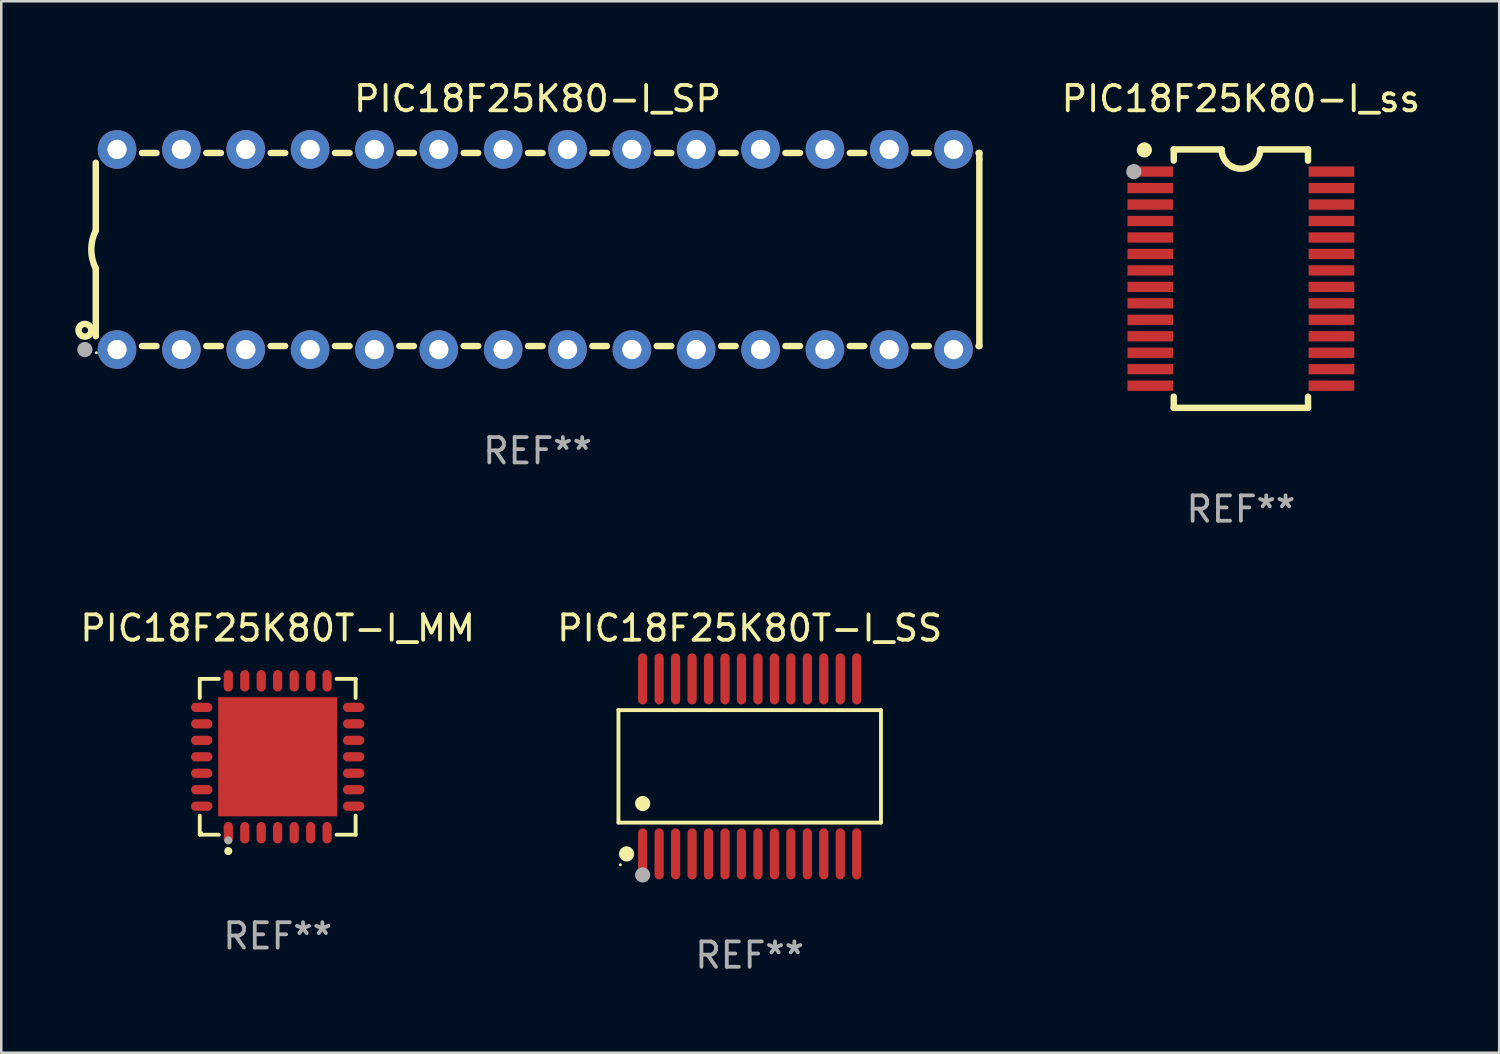
<source format=kicad_pcb>
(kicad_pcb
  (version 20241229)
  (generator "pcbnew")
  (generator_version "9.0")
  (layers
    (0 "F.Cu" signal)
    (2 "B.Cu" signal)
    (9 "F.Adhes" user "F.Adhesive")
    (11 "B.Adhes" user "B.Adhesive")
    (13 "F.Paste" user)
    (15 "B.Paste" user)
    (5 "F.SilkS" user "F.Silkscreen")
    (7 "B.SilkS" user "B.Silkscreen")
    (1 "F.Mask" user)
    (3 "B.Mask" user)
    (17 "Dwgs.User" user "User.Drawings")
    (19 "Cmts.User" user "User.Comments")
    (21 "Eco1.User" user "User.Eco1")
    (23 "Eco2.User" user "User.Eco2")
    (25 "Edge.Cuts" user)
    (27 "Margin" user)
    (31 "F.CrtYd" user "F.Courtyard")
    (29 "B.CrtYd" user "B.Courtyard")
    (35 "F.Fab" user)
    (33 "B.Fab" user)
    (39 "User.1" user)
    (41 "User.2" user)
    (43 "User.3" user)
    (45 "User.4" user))
  (footprint "PIC18F25K80T-I_SS"
    (layer "F.Cu")
    (at 26.542 27.2)
    (property "Reference" "PIC18F25K80T-I_SS" (at 0 -5.455 0) (layer "F.SilkS") (effects (font (size 1 1) (thickness 0.15))))
    (attr through_hole)
    (fp_line (start -5.181 -2.219) (end 5.181 -2.219) (stroke (width 0.152) (type solid)) (layer "F.SilkS"))
    (fp_line (start -5.181 2.219) (end -5.181 -2.219) (stroke (width 0.152) (type solid)) (layer "F.SilkS"))
    (fp_line (start 5.181 -2.219) (end 5.181 2.219) (stroke (width 0.152) (type solid)) (layer "F.SilkS"))
    (fp_line (start 5.181 2.219) (end -5.181 2.219) (stroke (width 0.152) (type solid)) (layer "F.SilkS"))
    (fp_circle (center -5.105 3.885) (end -5.075 3.885) (stroke (width 0.06) (type solid)) (fill no) (layer "F.SilkS"))
    (fp_circle (center -4.859 3.455) (end -4.709 3.455) (stroke (width 0.3) (type solid)) (fill no) (layer "F.SilkS"))
    (fp_circle (center -4.225 1.467) (end -4.075 1.467) (stroke (width 0.3) (type solid)) (fill no) (layer "F.SilkS"))
    (fp_circle (center -4.225 4.285) (end -4.075 4.285) (stroke (width 0.3) (type solid)) (fill no) (layer "F.Fab"))
    (fp_text user "REF**" (at 0 7.455 0) (layer "F.Fab") (effects (font (size 1 1) (thickness 0.15))))
    (pad "1" smd oval (at -4.225 3.455) (size 0.364 2.015) (layers "F.Cu" "F.Mask" "F.Paste"))
    (pad "2" smd oval (at -3.575 3.455) (size 0.364 2.015) (layers "F.Cu" "F.Mask" "F.Paste"))
    (pad "3" smd oval (at -2.925 3.455) (size 0.364 2.015) (layers "F.Cu" "F.Mask" "F.Paste"))
    (pad "4" smd oval (at -2.275 3.455) (size 0.364 2.015) (layers "F.Cu" "F.Mask" "F.Paste"))
    (pad "5" smd oval (at -1.625 3.455) (size 0.364 2.015) (layers "F.Cu" "F.Mask" "F.Paste"))
    (pad "6" smd oval (at -0.975 3.455) (size 0.364 2.015) (layers "F.Cu" "F.Mask" "F.Paste"))
    (pad "7" smd oval (at -0.325 3.455) (size 0.364 2.015) (layers "F.Cu" "F.Mask" "F.Paste"))
    (pad "8" smd oval (at 0.325 3.455) (size 0.364 2.015) (layers "F.Cu" "F.Mask" "F.Paste"))
    (pad "9" smd oval (at 0.975 3.455) (size 0.364 2.015) (layers "F.Cu" "F.Mask" "F.Paste"))
    (pad "10" smd oval (at 1.625 3.455) (size 0.364 2.015) (layers "F.Cu" "F.Mask" "F.Paste"))
    (pad "11" smd oval (at 2.275 3.455) (size 0.364 2.015) (layers "F.Cu" "F.Mask" "F.Paste"))
    (pad "12" smd oval (at 2.925 3.455) (size 0.364 2.015) (layers "F.Cu" "F.Mask" "F.Paste"))
    (pad "13" smd oval (at 3.575 3.455) (size 0.364 2.015) (layers "F.Cu" "F.Mask" "F.Paste"))
    (pad "14" smd oval (at 4.225 3.455) (size 0.364 2.015) (layers "F.Cu" "F.Mask" "F.Paste"))
    (pad "15" smd oval (at 4.225 -3.455) (size 0.364 2.015) (layers "F.Cu" "F.Mask" "F.Paste"))
    (pad "16" smd oval (at 3.575 -3.455) (size 0.364 2.015) (layers "F.Cu" "F.Mask" "F.Paste"))
    (pad "17" smd oval (at 2.925 -3.455) (size 0.364 2.015) (layers "F.Cu" "F.Mask" "F.Paste"))
    (pad "18" smd oval (at 2.275 -3.455) (size 0.364 2.015) (layers "F.Cu" "F.Mask" "F.Paste"))
    (pad "19" smd oval (at 1.625 -3.455) (size 0.364 2.015) (layers "F.Cu" "F.Mask" "F.Paste"))
    (pad "20" smd oval (at 0.975 -3.455) (size 0.364 2.015) (layers "F.Cu" "F.Mask" "F.Paste"))
    (pad "21" smd oval (at 0.325 -3.455) (size 0.364 2.015) (layers "F.Cu" "F.Mask" "F.Paste"))
    (pad "22" smd oval (at -0.325 -3.455) (size 0.364 2.015) (layers "F.Cu" "F.Mask" "F.Paste"))
    (pad "23" smd oval (at -0.975 -3.455) (size 0.364 2.015) (layers "F.Cu" "F.Mask" "F.Paste"))
    (pad "24" smd oval (at -1.625 -3.455) (size 0.364 2.015) (layers "F.Cu" "F.Mask" "F.Paste"))
    (pad "25" smd oval (at -2.275 -3.455) (size 0.364 2.015) (layers "F.Cu" "F.Mask" "F.Paste"))
    (pad "26" smd oval (at -2.925 -3.455) (size 0.364 2.015) (layers "F.Cu" "F.Mask" "F.Paste"))
    (pad "27" smd oval (at -3.575 -3.455) (size 0.364 2.015) (layers "F.Cu" "F.Mask" "F.Paste"))
    (pad "28" smd oval (at -4.225 -3.455) (size 0.364 2.015) (layers "F.Cu" "F.Mask" "F.Paste")))
  (footprint "PIC18F25K80T-I_MM"
    (layer "F.Cu")
    (at 7.911 26.821)
    (property "Reference" "PIC18F25K80T-I_MM" (at 0 -5.076 0) (layer "F.SilkS") (effects (font (size 1 1) (thickness 0.15))))
    (attr through_hole)
    (fp_line (start -3.076 -3.076) (end -2.323 -3.076) (stroke (width 0.152) (type solid)) (layer "F.SilkS"))
    (fp_line (start -3.076 -2.323) (end -3.076 -3.076) (stroke (width 0.152) (type solid)) (layer "F.SilkS"))
    (fp_line (start -3.076 2.323) (end -3.076 3.076) (stroke (width 0.152) (type solid)) (layer "F.SilkS"))
    (fp_line (start -3.076 3.076) (end -2.323 3.076) (stroke (width 0.152) (type solid)) (layer "F.SilkS"))
    (fp_line (start 3.076 -3.076) (end 2.323 -3.076) (stroke (width 0.152) (type solid)) (layer "F.SilkS"))
    (fp_line (start 3.076 -2.323) (end 3.076 -3.076) (stroke (width 0.152) (type solid)) (layer "F.SilkS"))
    (fp_line (start 3.076 2.323) (end 3.076 3.076) (stroke (width 0.152) (type solid)) (layer "F.SilkS"))
    (fp_line (start 3.076 3.076) (end 2.323 3.076) (stroke (width 0.152) (type solid)) (layer "F.SilkS"))
    (fp_circle (center -3 3) (end -2.97 3) (stroke (width 0.06) (type solid)) (fill no) (layer "F.SilkS"))
    (fp_circle (center -1.95 3.722) (end -1.87 3.722) (stroke (width 0.16) (type solid)) (fill no) (layer "F.SilkS"))
    (fp_circle (center -1.95 3.3) (end -1.87 3.3) (stroke (width 0.16) (type solid)) (fill no) (layer "F.Fab"))
    (fp_text user "REF**" (at 0 7.076 0) (layer "F.Fab") (effects (font (size 1 1) (thickness 0.15))))
    (pad "1" smd oval (at -1.95 2.998) (size 0.364 0.847) (layers "F.Cu" "F.Mask" "F.Paste"))
    (pad "2" smd oval (at -1.3 2.998) (size 0.364 0.847) (layers "F.Cu" "F.Mask" "F.Paste"))
    (pad "3" smd oval (at -0.65 2.998) (size 0.364 0.847) (layers "F.Cu" "F.Mask" "F.Paste"))
    (pad "4" smd oval (at 0 2.998) (size 0.364 0.847) (layers "F.Cu" "F.Mask" "F.Paste"))
    (pad "5" smd oval (at 0.65 2.998) (size 0.364 0.847) (layers "F.Cu" "F.Mask" "F.Paste"))
    (pad "6" smd oval (at 1.3 2.998) (size 0.364 0.847) (layers "F.Cu" "F.Mask" "F.Paste"))
    (pad "7" smd oval (at 1.95 2.998) (size 0.364 0.847) (layers "F.Cu" "F.Mask" "F.Paste"))
    (pad "8" smd oval (at 2.998 1.95) (size 0.847 0.364) (layers "F.Cu" "F.Mask" "F.Paste"))
    (pad "9" smd oval (at 2.998 1.3) (size 0.847 0.364) (layers "F.Cu" "F.Mask" "F.Paste"))
    (pad "10" smd oval (at 2.998 0.65) (size 0.847 0.364) (layers "F.Cu" "F.Mask" "F.Paste"))
    (pad "11" smd oval (at 2.998 0) (size 0.847 0.364) (layers "F.Cu" "F.Mask" "F.Paste"))
    (pad "12" smd oval (at 2.998 -0.65) (size 0.847 0.364) (layers "F.Cu" "F.Mask" "F.Paste"))
    (pad "13" smd oval (at 2.998 -1.3) (size 0.847 0.364) (layers "F.Cu" "F.Mask" "F.Paste"))
    (pad "14" smd oval (at 2.998 -1.95) (size 0.847 0.364) (layers "F.Cu" "F.Mask" "F.Paste"))
    (pad "15" smd oval (at 1.95 -2.998) (size 0.364 0.847) (layers "F.Cu" "F.Mask" "F.Paste"))
    (pad "16" smd oval (at 1.3 -2.998) (size 0.364 0.847) (layers "F.Cu" "F.Mask" "F.Paste"))
    (pad "17" smd oval (at 0.65 -2.998) (size 0.364 0.847) (layers "F.Cu" "F.Mask" "F.Paste"))
    (pad "18" smd oval (at 0 -2.998) (size 0.364 0.847) (layers "F.Cu" "F.Mask" "F.Paste"))
    (pad "19" smd oval (at -0.65 -2.998) (size 0.364 0.847) (layers "F.Cu" "F.Mask" "F.Paste"))
    (pad "20" smd oval (at -1.3 -2.998) (size 0.364 0.847) (layers "F.Cu" "F.Mask" "F.Paste"))
    (pad "21" smd oval (at -1.95 -2.998) (size 0.364 0.847) (layers "F.Cu" "F.Mask" "F.Paste"))
    (pad "22" smd oval (at -2.998 -1.95) (size 0.847 0.364) (layers "F.Cu" "F.Mask" "F.Paste"))
    (pad "23" smd oval (at -2.998 -1.3) (size 0.847 0.364) (layers "F.Cu" "F.Mask" "F.Paste"))
    (pad "24" smd oval (at -2.998 -0.65) (size 0.847 0.364) (layers "F.Cu" "F.Mask" "F.Paste"))
    (pad "25" smd oval (at -2.998 0) (size 0.847 0.364) (layers "F.Cu" "F.Mask" "F.Paste"))
    (pad "26" smd oval (at -2.998 0.65) (size 0.847 0.364) (layers "F.Cu" "F.Mask" "F.Paste"))
    (pad "27" smd oval (at -2.998 1.3) (size 0.847 0.364) (layers "F.Cu" "F.Mask" "F.Paste"))
    (pad "28" smd oval (at -2.998 1.95) (size 0.847 0.364) (layers "F.Cu" "F.Mask" "F.Paste"))
    (pad "29" smd rect (at 0 0) (size 4.7 4.7) (layers "F.Cu" "F.Mask" "F.Paste")))
  (footprint "PIC18F25K80-I_ss"
    (layer "F.Cu")
    (at 45.93 7.948)
    (property "Reference" "PIC18F25K80-I_ss" (at 0 -7.1 0) (layer "F.SilkS") (effects (font (size 1 1) (thickness 0.15))))
    (attr through_hole)
    (fp_line (start -2.65 -5.1) (end -0.762 -5.1) (stroke (width 0.254) (type solid)) (layer "F.SilkS"))
    (fp_line (start -2.65 -4.658) (end -2.65 -5.1) (stroke (width 0.254) (type solid)) (layer "F.SilkS"))
    (fp_line (start -2.65 5.1) (end -2.65 4.658) (stroke (width 0.254) (type solid)) (layer "F.SilkS"))
    (fp_line (start -2.65 5.1) (end 2.65 5.1) (stroke (width 0.254) (type solid)) (layer "F.SilkS"))
    (fp_line (start 2.65 -5.1) (end 0.762 -5.1) (stroke (width 0.254) (type solid)) (layer "F.SilkS"))
    (fp_line (start 2.65 -5.1) (end 2.65 -4.658) (stroke (width 0.254) (type solid)) (layer "F.SilkS"))
    (fp_line (start 2.65 4.658) (end 2.65 5.1) (stroke (width 0.254) (type solid)) (layer "F.SilkS"))
    (fp_arc (start 0.761925 -5.1) (mid -0.000241 -4.338329) (end -0.762077 -5.10033) (stroke (width 0.254001) (type solid)) (layer "F.SilkS"))
    (fp_circle (center -3.858 -5.07) (end -3.828 -5.07) (stroke (width 0.06) (type solid)) (fill no) (layer "F.SilkS"))
    (fp_circle (center -3.81 -5.08) (end -3.66 -5.08) (stroke (width 0.3) (type solid)) (fill no) (layer "F.SilkS"))
    (fp_circle (center -4.225 -4.225) (end -4.075 -4.225) (stroke (width 0.3) (type solid)) (fill no) (layer "F.Fab"))
    (fp_text user "REF**" (at 0 9.1 0) (layer "F.Fab") (effects (font (size 1 1) (thickness 0.15))))
    (pad "1" smd rect (at -3.575 -4.225) (size 1.803 0.406) (layers "F.Cu" "F.Mask" "F.Paste"))
    (pad "2" smd rect (at -3.575 -3.575) (size 1.803 0.406) (layers "F.Cu" "F.Mask" "F.Paste"))
    (pad "3" smd rect (at -3.575 -2.925) (size 1.803 0.406) (layers "F.Cu" "F.Mask" "F.Paste"))
    (pad "4" smd rect (at -3.575 -2.275) (size 1.803 0.406) (layers "F.Cu" "F.Mask" "F.Paste"))
    (pad "5" smd rect (at -3.575 -1.625) (size 1.803 0.406) (layers "F.Cu" "F.Mask" "F.Paste"))
    (pad "6" smd rect (at -3.575 -0.975) (size 1.803 0.406) (layers "F.Cu" "F.Mask" "F.Paste"))
    (pad "7" smd rect (at -3.575 -0.325) (size 1.803 0.406) (layers "F.Cu" "F.Mask" "F.Paste"))
    (pad "8" smd rect (at -3.575 0.325) (size 1.803 0.406) (layers "F.Cu" "F.Mask" "F.Paste"))
    (pad "9" smd rect (at -3.575 0.975) (size 1.803 0.406) (layers "F.Cu" "F.Mask" "F.Paste"))
    (pad "10" smd rect (at -3.575 1.625) (size 1.803 0.406) (layers "F.Cu" "F.Mask" "F.Paste"))
    (pad "11" smd rect (at -3.575 2.275) (size 1.803 0.406) (layers "F.Cu" "F.Mask" "F.Paste"))
    (pad "12" smd rect (at -3.575 2.925) (size 1.803 0.406) (layers "F.Cu" "F.Mask" "F.Paste"))
    (pad "13" smd rect (at -3.575 3.575) (size 1.803 0.406) (layers "F.Cu" "F.Mask" "F.Paste"))
    (pad "14" smd rect (at -3.575 4.225) (size 1.803 0.406) (layers "F.Cu" "F.Mask" "F.Paste"))
    (pad "15" smd rect (at 3.575 4.225) (size 1.803 0.406) (layers "F.Cu" "F.Mask" "F.Paste"))
    (pad "16" smd rect (at 3.575 3.575) (size 1.803 0.406) (layers "F.Cu" "F.Mask" "F.Paste"))
    (pad "17" smd rect (at 3.575 2.925) (size 1.803 0.406) (layers "F.Cu" "F.Mask" "F.Paste"))
    (pad "18" smd rect (at 3.575 2.275) (size 1.803 0.406) (layers "F.Cu" "F.Mask" "F.Paste"))
    (pad "19" smd rect (at 3.575 1.625) (size 1.803 0.406) (layers "F.Cu" "F.Mask" "F.Paste"))
    (pad "20" smd rect (at 3.575 0.975) (size 1.803 0.406) (layers "F.Cu" "F.Mask" "F.Paste"))
    (pad "21" smd rect (at 3.575 0.325) (size 1.803 0.406) (layers "F.Cu" "F.Mask" "F.Paste"))
    (pad "22" smd rect (at 3.575 -0.325) (size 1.803 0.406) (layers "F.Cu" "F.Mask" "F.Paste"))
    (pad "23" smd rect (at 3.575 -0.975) (size 1.803 0.406) (layers "F.Cu" "F.Mask" "F.Paste"))
    (pad "24" smd rect (at 3.575 -1.625) (size 1.803 0.406) (layers "F.Cu" "F.Mask" "F.Paste"))
    (pad "25" smd rect (at 3.575 -2.275) (size 1.803 0.406) (layers "F.Cu" "F.Mask" "F.Paste"))
    (pad "26" smd rect (at 3.575 -2.925) (size 1.803 0.406) (layers "F.Cu" "F.Mask" "F.Paste"))
    (pad "27" smd rect (at 3.575 -3.575) (size 1.803 0.406) (layers "F.Cu" "F.Mask" "F.Paste"))
    (pad "28" smd rect (at 3.575 -4.225) (size 1.803 0.406) (layers "F.Cu" "F.Mask" "F.Paste")))
  (footprint "PIC18F25K80-I_SP"
    (layer "F.Cu")
    (at 18.168 6.798)
    (property "Reference" "PIC18F25K80-I_SP" (at 0 -5.95 0) (layer "F.SilkS") (effects (font (size 1 1) (thickness 0.15))))
    (attr through_hole)
    (fp_line (start -17.438 0.75) (end -17.438 3.423) (stroke (width 0.254) (type solid)) (layer "F.SilkS"))
    (fp_line (start -17.438 -3.423) (end -17.438 -0.75) (stroke (width 0.254) (type solid)) (layer "F.SilkS"))
    (fp_line (start -15.615 3.81) (end -15.041 3.81) (stroke (width 0.254) (type solid)) (layer "F.SilkS"))
    (fp_line (start -15.041 -3.81) (end -15.614 -3.81) (stroke (width 0.254) (type solid)) (layer "F.SilkS"))
    (fp_line (start -13.075 3.81) (end -12.501 3.81) (stroke (width 0.254) (type solid)) (layer "F.SilkS"))
    (fp_line (start -12.501 -3.81) (end -13.074 -3.81) (stroke (width 0.254) (type solid)) (layer "F.SilkS"))
    (fp_line (start -10.535 3.81) (end -9.961 3.81) (stroke (width 0.254) (type solid)) (layer "F.SilkS"))
    (fp_line (start -9.961 -3.81) (end -10.534 -3.81) (stroke (width 0.254) (type solid)) (layer "F.SilkS"))
    (fp_line (start -7.995 3.81) (end -7.421 3.81) (stroke (width 0.254) (type solid)) (layer "F.SilkS"))
    (fp_line (start -7.421 -3.81) (end -7.995 -3.81) (stroke (width 0.254) (type solid)) (layer "F.SilkS"))
    (fp_line (start -5.455 3.81) (end -4.881 3.81) (stroke (width 0.254) (type solid)) (layer "F.SilkS"))
    (fp_line (start -4.881 -3.81) (end -5.455 -3.81) (stroke (width 0.254) (type solid)) (layer "F.SilkS"))
    (fp_line (start -2.915 3.81) (end -2.341 3.81) (stroke (width 0.254) (type solid)) (layer "F.SilkS"))
    (fp_line (start -2.341 -3.81) (end -2.915 -3.81) (stroke (width 0.254) (type solid)) (layer "F.SilkS"))
    (fp_line (start -0.375 3.81) (end 0.199 3.81) (stroke (width 0.254) (type solid)) (layer "F.SilkS"))
    (fp_line (start 0.199 -3.81) (end -0.375 -3.81) (stroke (width 0.254) (type solid)) (layer "F.SilkS"))
    (fp_line (start 2.165 3.81) (end 2.739 3.81) (stroke (width 0.254) (type solid)) (layer "F.SilkS"))
    (fp_line (start 2.739 -3.81) (end 2.165 -3.81) (stroke (width 0.254) (type solid)) (layer "F.SilkS"))
    (fp_line (start 4.705 3.81) (end 5.279 3.81) (stroke (width 0.254) (type solid)) (layer "F.SilkS"))
    (fp_line (start 5.279 -3.81) (end 4.705 -3.81) (stroke (width 0.254) (type solid)) (layer "F.SilkS"))
    (fp_line (start 7.245 3.81) (end 7.819 3.81) (stroke (width 0.254) (type solid)) (layer "F.SilkS"))
    (fp_line (start 7.819 -3.81) (end 7.245 -3.81) (stroke (width 0.254) (type solid)) (layer "F.SilkS"))
    (fp_line (start 9.785 3.81) (end 10.359 3.81) (stroke (width 0.254) (type solid)) (layer "F.SilkS"))
    (fp_line (start 10.359 -3.81) (end 9.785 -3.81) (stroke (width 0.254) (type solid)) (layer "F.SilkS"))
    (fp_line (start 12.325 3.81) (end 12.899 3.81) (stroke (width 0.254) (type solid)) (layer "F.SilkS"))
    (fp_line (start 12.899 -3.81) (end 12.325 -3.81) (stroke (width 0.254) (type solid)) (layer "F.SilkS"))
    (fp_line (start 14.865 3.81) (end 15.439 3.81) (stroke (width 0.254) (type solid)) (layer "F.SilkS"))
    (fp_line (start 15.439 -3.81) (end 14.865 -3.81) (stroke (width 0.254) (type solid)) (layer "F.SilkS"))
    (fp_line (start 17.405 3.81) (end 17.438 3.81) (stroke (width 0.254) (type solid)) (layer "F.SilkS"))
    (fp_line (start 17.438 -3.81) (end 17.405 -3.81) (stroke (width 0.254) (type solid)) (layer "F.SilkS"))
    (fp_line (start 17.438 -3.556) (end 17.438 -3.81) (stroke (width 0.254) (type solid)) (layer "F.SilkS"))
    (fp_line (start 17.438 3.81) (end 17.438 -3.556) (stroke (width 0.254) (type solid)) (layer "F.SilkS"))
    (fp_arc (start -17.437986 0.749657) (mid -17.614887 -0.000024) (end -17.437783 -0.749657) (stroke (width 0.254001) (type solid)) (layer "F.SilkS"))
    (fp_circle (center -17.868 3.188) (end -17.743 3.188) (stroke (width 0.254) (type solid)) (fill no) (layer "F.SilkS"))
    (fp_circle (center -17.411 4.077) (end -17.381 4.077) (stroke (width 0.06) (type solid)) (fill no) (layer "F.SilkS"))
    (fp_circle (center -17.868 3.95) (end -17.718 3.95) (stroke (width 0.3) (type solid)) (fill no) (layer "F.Fab"))
    (fp_text user "REF**" (at 0 7.95 0) (layer "F.Fab") (effects (font (size 1 1) (thickness 0.15))))
    (pad "1" thru_hole circle (at -16.598 3.95) (size 1.524 1.524) (drill 0.762) (layers "*.Cu" "*.Mask"))
    (pad "2" thru_hole circle (at -14.058 3.95) (size 1.524 1.524) (drill 0.762) (layers "*.Cu" "*.Mask"))
    (pad "3" thru_hole circle (at -11.518 3.95) (size 1.524 1.524) (drill 0.762) (layers "*.Cu" "*.Mask"))
    (pad "4" thru_hole circle (at -8.978 3.95) (size 1.524 1.524) (drill 0.762) (layers "*.Cu" "*.Mask"))
    (pad "5" thru_hole circle (at -6.438 3.95) (size 1.524 1.524) (drill 0.762) (layers "*.Cu" "*.Mask"))
    (pad "6" thru_hole circle (at -3.898 3.95) (size 1.524 1.524) (drill 0.762) (layers "*.Cu" "*.Mask"))
    (pad "7" thru_hole circle (at -1.358 3.95) (size 1.524 1.524) (drill 0.762) (layers "*.Cu" "*.Mask"))
    (pad "8" thru_hole circle (at 1.182 3.95) (size 1.524 1.524) (drill 0.762) (layers "*.Cu" "*.Mask"))
    (pad "9" thru_hole circle (at 3.722 3.95) (size 1.524 1.524) (drill 0.762) (layers "*.Cu" "*.Mask"))
    (pad "10" thru_hole circle (at 6.262 3.95) (size 1.524 1.524) (drill 0.762) (layers "*.Cu" "*.Mask"))
    (pad "11" thru_hole circle (at 8.802 3.95) (size 1.524 1.524) (drill 0.762) (layers "*.Cu" "*.Mask"))
    (pad "12" thru_hole circle (at 11.342 3.95) (size 1.524 1.524) (drill 0.762) (layers "*.Cu" "*.Mask"))
    (pad "13" thru_hole circle (at 13.882 3.95) (size 1.524 1.524) (drill 0.762) (layers "*.Cu" "*.Mask"))
    (pad "14" thru_hole circle (at 16.422 3.95) (size 1.524 1.524) (drill 0.762) (layers "*.Cu" "*.Mask"))
    (pad "15" thru_hole circle (at 16.422 -3.95) (size 1.524 1.524) (drill 0.762) (layers "*.Cu" "*.Mask"))
    (pad "16" thru_hole circle (at 13.882 -3.95) (size 1.524 1.524) (drill 0.762) (layers "*.Cu" "*.Mask"))
    (pad "17" thru_hole circle (at 11.342 -3.95) (size 1.524 1.524) (drill 0.762) (layers "*.Cu" "*.Mask"))
    (pad "18" thru_hole circle (at 8.802 -3.95) (size 1.524 1.524) (drill 0.762) (layers "*.Cu" "*.Mask"))
    (pad "19" thru_hole circle (at 6.262 -3.95) (size 1.524 1.524) (drill 0.762) (layers "*.Cu" "*.Mask"))
    (pad "20" thru_hole circle (at 3.722 -3.95) (size 1.524 1.524) (drill 0.762) (layers "*.Cu" "*.Mask"))
    (pad "21" thru_hole circle (at 1.182 -3.95) (size 1.524 1.524) (drill 0.762) (layers "*.Cu" "*.Mask"))
    (pad "22" thru_hole circle (at -1.358 -3.95) (size 1.524 1.524) (drill 0.762) (layers "*.Cu" "*.Mask"))
    (pad "23" thru_hole circle (at -3.898 -3.95) (size 1.524 1.524) (drill 0.762) (layers "*.Cu" "*.Mask"))
    (pad "24" thru_hole circle (at -6.438 -3.95) (size 1.524 1.524) (drill 0.762) (layers "*.Cu" "*.Mask"))
    (pad "25" thru_hole circle (at -8.978 -3.95) (size 1.524 1.524) (drill 0.762) (layers "*.Cu" "*.Mask"))
    (pad "26" thru_hole circle (at -11.517 -3.95) (size 1.524 1.524) (drill 0.762) (layers "*.Cu" "*.Mask"))
    (pad "27" thru_hole circle (at -14.057 -3.95) (size 1.524 1.524) (drill 0.762) (layers "*.Cu" "*.Mask"))
    (pad "28" thru_hole circle (at -16.597 -3.95) (size 1.524 1.524) (drill 0.762) (layers "*.Cu" "*.Mask")))
  (gr_rect
    (start -3 -3)
    (end 56.126 38.503)
    (stroke (width 0.1) (type default))
    (fill no)
    (layer "Edge.Cuts")))
</source>
